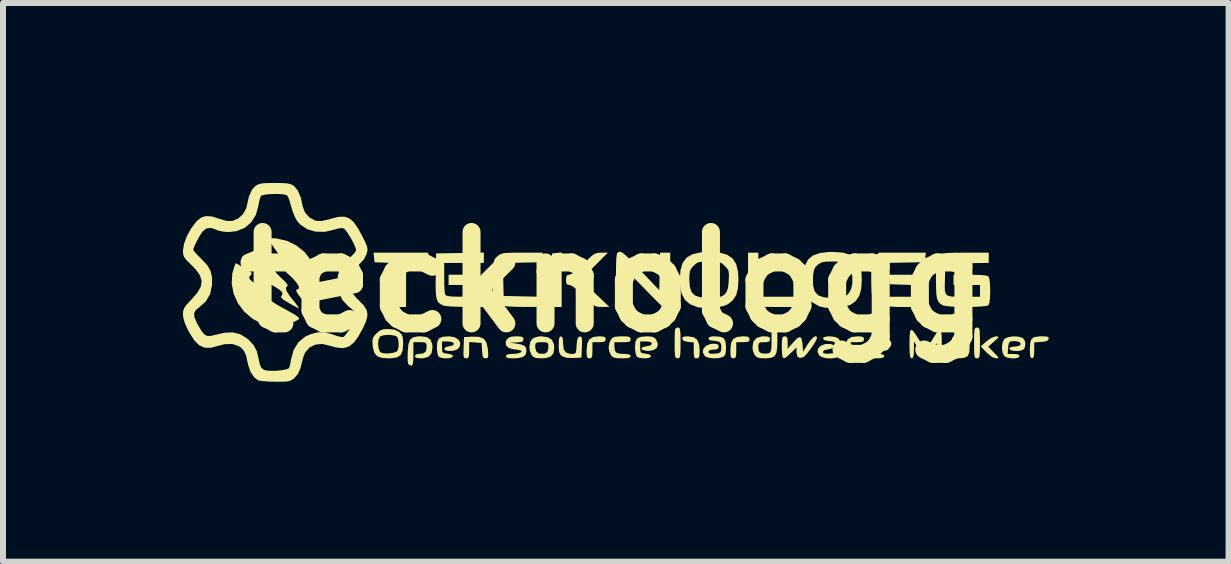
<source format=kicad_pcb>
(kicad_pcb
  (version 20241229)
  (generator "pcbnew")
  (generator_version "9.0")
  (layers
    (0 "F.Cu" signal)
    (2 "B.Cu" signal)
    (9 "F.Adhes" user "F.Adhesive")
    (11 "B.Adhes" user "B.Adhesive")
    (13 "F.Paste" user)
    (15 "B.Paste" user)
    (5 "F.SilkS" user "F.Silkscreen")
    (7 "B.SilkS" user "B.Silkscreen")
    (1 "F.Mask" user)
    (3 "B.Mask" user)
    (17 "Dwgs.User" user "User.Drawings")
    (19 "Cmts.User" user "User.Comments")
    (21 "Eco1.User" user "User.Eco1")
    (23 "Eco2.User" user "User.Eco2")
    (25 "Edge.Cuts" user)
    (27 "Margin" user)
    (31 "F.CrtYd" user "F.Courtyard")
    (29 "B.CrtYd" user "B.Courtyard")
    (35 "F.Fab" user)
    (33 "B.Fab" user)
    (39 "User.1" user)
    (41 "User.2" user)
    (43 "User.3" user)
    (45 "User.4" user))
  (footprint "tecknologg"
    (layer "F.Cu")
    (at 7.17 1.652)
    (property "Reference" "tecknologg" (at 0 0 0) (layer "F.SilkS") (effects (font (size 1.524 1.524) (thickness 0.3))))
    (attr through_hole)
    (fp_poly (pts (xy -2.227 0.049) (xy -2.741 0.049) (xy -2.741 -0.122) (xy -2.227 -0.122)) (stroke (width 0) (type solid)) (fill yes) (layer "F.SilkS"))
    (fp_poly (pts (xy -0.856 0.416) (xy -1.029 0.416) (xy -1.022 -0.031) (xy -1.016 -0.477) (xy -0.856 -0.493)) (stroke (width 0) (type solid)) (fill yes) (layer "F.SilkS"))
    (fp_poly (pts (xy -3.095 -0.33) (xy -3.273 -0.323) (xy -3.45 -0.316) (xy -3.45 0.416) (xy -3.622 0.416) (xy -3.622 -0.316) (xy -3.799 -0.323) (xy -3.976 -0.33) (xy -3.992 -0.489) (xy -3.08 -0.489)) (stroke (width 0) (type solid)) (fill yes) (layer "F.SilkS"))
    (fp_poly (pts (xy 2.423 0.245) (xy 3.083 0.245) (xy 3.083 0.416) (xy 2.697 0.416) (xy 2.527 0.414) (xy 2.403 0.409) (xy 2.323 0.401) (xy 2.283 0.389) (xy 2.281 0.387) (xy 2.268 0.355) (xy 2.26 0.285) (xy 2.254 0.174) (xy 2.252 0.019) (xy 2.251 -0.066) (xy 2.251 -0.489) (xy 2.423 -0.489)) (stroke (width 0) (type solid)) (fill yes) (layer "F.SilkS"))
    (fp_poly (pts (xy 6.419 0.909) (xy 6.426 0.92) (xy 6.402 0.947) (xy 6.352 0.992) (xy 6.255 1.078) (xy 6.35 1.175) (xy 6.403 1.23) (xy 6.425 1.259) (xy 6.417 1.271) (xy 6.384 1.272) (xy 6.321 1.251) (xy 6.243 1.189) (xy 6.226 1.173) (xy 6.13 1.073) (xy 6.226 0.989) (xy 6.302 0.934) (xy 6.37 0.908) (xy 6.385 0.906)) (stroke (width 0) (type solid)) (fill yes) (layer "F.SilkS"))
    (fp_poly (pts (xy 1.341 0.919) (xy 1.403 0.962) (xy 1.436 1.041) (xy 1.444 1.138) (xy 1.442 1.216) (xy 1.432 1.256) (xy 1.412 1.271) (xy 1.395 1.272) (xy 1.366 1.267) (xy 1.352 1.241) (xy 1.346 1.184) (xy 1.346 1.139) (xy 1.346 1.006) (xy 1.254 0.999) (xy 1.185 0.984) (xy 1.155 0.952) (xy 1.155 0.948) (xy 1.158 0.92) (xy 1.19 0.908) (xy 1.246 0.905)) (stroke (width 0) (type solid)) (fill yes) (layer "F.SilkS"))
    (fp_poly (pts (xy 7.227 0.908) (xy 7.259 0.92) (xy 7.264 0.945) (xy 7.263 0.948) (xy 7.244 0.977) (xy 7.193 0.993) (xy 7.139 0.998) (xy 7.023 1.006) (xy 7.023 1.139) (xy 7.02 1.22) (xy 7.008 1.261) (xy 6.986 1.272) (xy 6.966 1.262) (xy 6.954 1.224) (xy 6.95 1.149) (xy 6.95 1.114) (xy 6.955 1.013) (xy 6.977 0.95) (xy 7.024 0.918) (xy 7.107 0.906) (xy 7.158 0.905)) (stroke (width 0) (type solid)) (fill yes) (layer "F.SilkS"))
    (fp_poly (pts (xy -0.164 0.909) (xy -0.131 0.922) (xy -0.122 0.951) (xy -0.122 0.954) (xy -0.13 0.985) (xy -0.159 0.999) (xy -0.225 1.003) (xy -0.232 1.003) (xy -0.343 1.003) (xy -0.343 1.138) (xy -0.345 1.216) (xy -0.354 1.256) (xy -0.374 1.271) (xy -0.392 1.272) (xy -0.42 1.267) (xy -0.435 1.241) (xy -0.44 1.185) (xy -0.44 1.138) (xy -0.43 1.027) (xy -0.394 0.955) (xy -0.328 0.916) (xy -0.232 0.905)) (stroke (width 0) (type solid)) (fill yes) (layer "F.SilkS"))
    (fp_poly (pts (xy 2.238 0.909) (xy 2.268 0.924) (xy 2.276 0.954) (xy 2.269 0.985) (xy 2.239 0.999) (xy 2.174 1.003) (xy 2.166 1.003) (xy 2.055 1.003) (xy 2.055 1.138) (xy 2.053 1.216) (xy 2.044 1.256) (xy 2.024 1.271) (xy 2.007 1.272) (xy 1.979 1.267) (xy 1.964 1.243) (xy 1.958 1.19) (xy 1.958 1.127) (xy 1.967 1.02) (xy 2.001 0.952) (xy 2.065 0.916) (xy 2.166 0.905) (xy 2.171 0.905)) (stroke (width 0) (type solid)) (fill yes) (layer "F.SilkS"))
    (fp_poly (pts (xy 4.143 0.909) (xy 4.176 0.922) (xy 4.184 0.951) (xy 4.184 0.954) (xy 4.177 0.985) (xy 4.147 0.999) (xy 4.082 1.003) (xy 4.074 1.003) (xy 3.964 1.003) (xy 3.964 1.138) (xy 3.962 1.216) (xy 3.953 1.256) (xy 3.932 1.271) (xy 3.915 1.272) (xy 3.887 1.267) (xy 3.872 1.241) (xy 3.867 1.185) (xy 3.866 1.138) (xy 3.877 1.027) (xy 3.913 0.955) (xy 3.978 0.916) (xy 4.074 0.905)) (stroke (width 0) (type solid)) (fill yes) (layer "F.SilkS"))
    (fp_poly (pts (xy 1.099 0.762) (xy 1.113 0.777) (xy 1.121 0.814) (xy 1.125 0.879) (xy 1.126 0.983) (xy 1.126 1.016) (xy 1.125 1.13) (xy 1.122 1.204) (xy 1.115 1.247) (xy 1.103 1.267) (xy 1.083 1.272) (xy 1.077 1.272) (xy 1.055 1.269) (xy 1.041 1.254) (xy 1.033 1.217) (xy 1.029 1.152) (xy 1.028 1.048) (xy 1.028 1.016) (xy 1.028 0.901) (xy 1.031 0.827) (xy 1.038 0.784) (xy 1.051 0.764) (xy 1.071 0.759) (xy 1.077 0.759)) (stroke (width 0) (type solid)) (fill yes) (layer "F.SilkS"))
    (fp_poly (pts (xy 6.09 0.762) (xy 6.105 0.777) (xy 6.113 0.814) (xy 6.116 0.879) (xy 6.118 0.983) (xy 6.118 1.016) (xy 6.117 1.13) (xy 6.114 1.204) (xy 6.107 1.247) (xy 6.095 1.267) (xy 6.075 1.272) (xy 6.069 1.272) (xy 6.047 1.269) (xy 6.033 1.254) (xy 6.024 1.217) (xy 6.021 1.152) (xy 6.02 1.048) (xy 6.02 1.016) (xy 6.02 0.901) (xy 6.023 0.827) (xy 6.03 0.784) (xy 6.043 0.764) (xy 6.062 0.759) (xy 6.069 0.759)) (stroke (width 0) (type solid)) (fill yes) (layer "F.SilkS"))
    (fp_poly (pts (xy -2.233 0.914) (xy -2.157 0.943) (xy -2.112 1.005) (xy -2.088 1.104) (xy -2.085 1.134) (xy -2.08 1.212) (xy -2.084 1.254) (xy -2.101 1.27) (xy -2.125 1.272) (xy -2.155 1.266) (xy -2.172 1.239) (xy -2.18 1.179) (xy -2.183 1.144) (xy -2.19 1.016) (xy -2.294 1.008) (xy -2.398 1) (xy -2.398 1.136) (xy -2.4 1.215) (xy -2.409 1.256) (xy -2.429 1.271) (xy -2.448 1.272) (xy -2.474 1.269) (xy -2.488 1.25) (xy -2.493 1.207) (xy -2.492 1.129) (xy -2.491 1.095) (xy -2.484 0.918) (xy -2.347 0.91)) (stroke (width 0) (type solid)) (fill yes) (layer "F.SilkS"))
    (fp_poly (pts (xy -2.153 -0.318) (xy -2.814 -0.318) (xy -2.814 -0.075) (xy -2.813 0.032) (xy -2.809 0.124) (xy -2.803 0.187) (xy -2.799 0.206) (xy -2.786 0.222) (xy -2.756 0.233) (xy -2.701 0.24) (xy -2.613 0.244) (xy -2.485 0.245) (xy -2.469 0.245) (xy -2.153 0.245) (xy -2.153 0.416) (xy -2.465 0.414) (xy -2.588 0.412) (xy -2.696 0.408) (xy -2.779 0.401) (xy -2.825 0.393) (xy -2.826 0.393) (xy -2.875 0.369) (xy -2.911 0.34) (xy -2.935 0.297) (xy -2.949 0.234) (xy -2.956 0.142) (xy -2.957 0.014) (xy -2.955 -0.101) (xy -2.949 -0.477) (xy -2.551 -0.484) (xy -2.153 -0.491)) (stroke (width 0) (type solid)) (fill yes) (layer "F.SilkS"))
    (fp_poly (pts (xy -1.187 -0.33) (xy -1.837 -0.317) (xy -1.83 -0.042) (xy -1.823 0.232) (xy -1.499 0.239) (xy -1.175 0.246) (xy -1.175 0.416) (xy -1.499 0.415) (xy -1.655 0.412) (xy -1.769 0.406) (xy -1.846 0.394) (xy -1.887 0.379) (xy -1.937 0.343) (xy -1.971 0.291) (xy -1.993 0.215) (xy -2.003 0.109) (xy -2.004 -0.035) (xy -2.003 -0.086) (xy -1.999 -0.208) (xy -1.993 -0.292) (xy -1.985 -0.347) (xy -1.971 -0.383) (xy -1.949 -0.41) (xy -1.926 -0.43) (xy -1.896 -0.454) (xy -1.864 -0.47) (xy -1.822 -0.48) (xy -1.759 -0.486) (xy -1.667 -0.489) (xy -1.537 -0.489) (xy -1.514 -0.489) (xy -1.171 -0.489)) (stroke (width 0) (type solid)) (fill yes) (layer "F.SilkS"))
    (fp_poly (pts (xy -0.312 -0.263) (xy -0.539 -0.037) (xy -0.3 0.188) (xy -0.061 0.414) (xy -0.184 0.415) (xy -0.24 0.414) (xy -0.284 0.406) (xy -0.325 0.385) (xy -0.375 0.345) (xy -0.443 0.279) (xy -0.489 0.232) (xy -0.595 0.133) (xy -0.674 0.071) (xy -0.725 0.049) (xy -0.727 0.049) (xy -0.765 0.041) (xy -0.781 0.009) (xy -0.783 -0.037) (xy -0.778 -0.095) (xy -0.757 -0.119) (xy -0.727 -0.122) (xy -0.677 -0.142) (xy -0.6 -0.201) (xy -0.496 -0.299) (xy -0.489 -0.306) (xy -0.407 -0.388) (xy -0.348 -0.441) (xy -0.303 -0.471) (xy -0.261 -0.485) (xy -0.214 -0.489) (xy -0.197 -0.489) (xy -0.086 -0.489)) (stroke (width 0) (type solid)) (fill yes) (layer "F.SilkS"))
    (fp_poly (pts (xy -0.846 0.919) (xy -0.834 0.964) (xy -0.832 1.027) (xy -0.822 1.119) (xy -0.787 1.173) (xy -0.721 1.197) (xy -0.676 1.199) (xy -0.641 1.195) (xy -0.621 1.177) (xy -0.612 1.131) (xy -0.607 1.059) (xy -0.599 0.975) (xy -0.585 0.93) (xy -0.561 0.911) (xy -0.556 0.91) (xy -0.533 0.91) (xy -0.521 0.928) (xy -0.516 0.974) (xy -0.518 1.057) (xy -0.519 1.081) (xy -0.526 1.26) (xy -0.661 1.267) (xy -0.77 1.264) (xy -0.843 1.24) (xy -0.85 1.235) (xy -0.882 1.205) (xy -0.899 1.162) (xy -0.905 1.091) (xy -0.905 1.051) (xy -0.903 0.966) (xy -0.892 0.921) (xy -0.873 0.906) (xy -0.869 0.905)) (stroke (width 0) (type solid)) (fill yes) (layer "F.SilkS"))
    (fp_poly (pts (xy 0.23 0.907) (xy 0.274 0.915) (xy 0.291 0.933) (xy 0.294 0.954) (xy 0.288 0.983) (xy 0.263 0.997) (xy 0.206 1.003) (xy 0.159 1.003) (xy 0.024 1.003) (xy 0.024 1.086) (xy 0.032 1.146) (xy 0.061 1.181) (xy 0.121 1.196) (xy 0.198 1.199) (xy 0.265 1.205) (xy 0.292 1.226) (xy 0.294 1.236) (xy 0.282 1.257) (xy 0.242 1.269) (xy 0.164 1.272) (xy 0.148 1.272) (xy 0.062 1.269) (xy 0.009 1.258) (xy -0.024 1.233) (xy -0.035 1.218) (xy -0.064 1.153) (xy -0.073 1.089) (xy -0.061 1.015) (xy -0.035 0.96) (xy -0.005 0.928) (xy 0.038 0.912) (xy 0.109 0.906) (xy 0.148 0.905)) (stroke (width 0) (type solid)) (fill yes) (layer "F.SilkS"))
    (fp_poly (pts (xy -1.089 0.919) (xy -1.019 0.962) (xy -0.984 1.037) (xy -0.979 1.097) (xy -0.992 1.185) (xy -1.036 1.24) (xy -1.114 1.267) (xy -1.193 1.272) (xy -1.275 1.268) (xy -1.324 1.251) (xy -1.357 1.218) (xy -1.385 1.153) (xy -1.395 1.089) (xy -1.394 1.087) (xy -1.297 1.087) (xy -1.279 1.159) (xy -1.23 1.196) (xy -1.153 1.196) (xy -1.115 1.184) (xy -1.085 1.147) (xy -1.077 1.086) (xy -1.079 1.035) (xy -1.096 1.011) (xy -1.139 1.004) (xy -1.187 1.003) (xy -1.254 1.005) (xy -1.287 1.018) (xy -1.296 1.05) (xy -1.297 1.087) (xy -1.394 1.087) (xy -1.379 0.995) (xy -1.331 0.936) (xy -1.247 0.908) (xy -1.198 0.905)) (stroke (width 0) (type solid)) (fill yes) (layer "F.SilkS"))
    (fp_poly (pts (xy -3.105 0.918) (xy -3.043 0.96) (xy -3.014 1.036) (xy -3.01 1.093) (xy -3.025 1.186) (xy -3.073 1.244) (xy -3.156 1.27) (xy -3.201 1.272) (xy -3.271 1.267) (xy -3.301 1.248) (xy -3.303 1.236) (xy -3.282 1.206) (xy -3.244 1.199) (xy -3.164 1.19) (xy -3.122 1.159) (xy -3.108 1.097) (xy -3.108 1.086) (xy -3.11 1.035) (xy -3.127 1.011) (xy -3.17 1.004) (xy -3.218 1.003) (xy -3.328 1.003) (xy -3.328 1.199) (xy -3.33 1.299) (xy -3.336 1.359) (xy -3.348 1.388) (xy -3.365 1.395) (xy -3.406 1.375) (xy -3.417 1.358) (xy -3.423 1.316) (xy -3.424 1.241) (xy -3.422 1.15) (xy -3.421 1.147) (xy -3.41 1.035) (xy -3.384 0.963) (xy -3.338 0.924) (xy -3.263 0.907) (xy -3.205 0.905)) (stroke (width 0) (type solid)) (fill yes) (layer "F.SilkS"))
    (fp_poly (pts (xy -2.642 0.92) (xy -2.578 0.958) (xy -2.546 1.011) (xy -2.554 1.072) (xy -2.583 1.112) (xy -2.629 1.137) (xy -2.691 1.149) (xy -2.754 1.149) (xy -2.8 1.135) (xy -2.814 1.115) (xy -2.792 1.086) (xy -2.735 1.072) (xy -2.671 1.056) (xy -2.651 1.031) (xy -2.671 1.006) (xy -2.73 0.992) (xy -2.753 0.991) (xy -2.851 0.991) (xy -2.851 1.089) (xy -2.848 1.152) (xy -2.831 1.181) (xy -2.786 1.192) (xy -2.759 1.194) (xy -2.691 1.209) (xy -2.667 1.237) (xy -2.667 1.237) (xy -2.688 1.259) (xy -2.74 1.271) (xy -2.806 1.272) (xy -2.867 1.263) (xy -2.907 1.243) (xy -2.924 1.203) (xy -2.934 1.133) (xy -2.936 1.085) (xy -2.929 0.996) (xy -2.902 0.942) (xy -2.846 0.914) (xy -2.752 0.906) (xy -2.734 0.905)) (stroke (width 0) (type solid)) (fill yes) (layer "F.SilkS"))
    (fp_poly (pts (xy -1.541 0.908) (xy -1.505 0.919) (xy -1.493 0.944) (xy -1.493 0.954) (xy -1.5 0.985) (xy -1.53 1) (xy -1.594 1.006) (xy -1.609 1.007) (xy -1.725 1.01) (xy -1.615 1.026) (xy -1.524 1.043) (xy -1.471 1.067) (xy -1.448 1.105) (xy -1.444 1.151) (xy -1.457 1.212) (xy -1.502 1.25) (xy -1.584 1.269) (xy -1.662 1.272) (xy -1.74 1.269) (xy -1.778 1.255) (xy -1.786 1.236) (xy -1.771 1.211) (xy -1.719 1.2) (xy -1.682 1.199) (xy -1.607 1.193) (xy -1.551 1.18) (xy -1.523 1.162) (xy -1.532 1.145) (xy -1.542 1.14) (xy -1.591 1.129) (xy -1.659 1.121) (xy -1.661 1.12) (xy -1.74 1.099) (xy -1.785 1.054) (xy -1.79 0.997) (xy -1.772 0.959) (xy -1.737 0.925) (xy -1.685 0.909) (xy -1.614 0.905)) (stroke (width 0) (type solid)) (fill yes) (layer "F.SilkS"))
    (fp_poly (pts (xy 0.65 0.911) (xy 0.697 0.933) (xy 0.72 0.961) (xy 0.748 1.034) (xy 0.733 1.093) (xy 0.68 1.133) (xy 0.594 1.149) (xy 0.549 1.146) (xy 0.488 1.129) (xy 0.472 1.105) (xy 0.501 1.083) (xy 0.555 1.072) (xy 0.624 1.058) (xy 0.648 1.03) (xy 0.648 1.028) (xy 0.632 1.002) (xy 0.579 0.992) (xy 0.551 0.991) (xy 0.453 0.991) (xy 0.453 1.089) (xy 0.456 1.152) (xy 0.473 1.181) (xy 0.518 1.192) (xy 0.544 1.194) (xy 0.613 1.209) (xy 0.636 1.237) (xy 0.636 1.237) (xy 0.615 1.259) (xy 0.563 1.271) (xy 0.498 1.272) (xy 0.436 1.263) (xy 0.396 1.243) (xy 0.38 1.203) (xy 0.369 1.133) (xy 0.367 1.085) (xy 0.374 0.996) (xy 0.401 0.942) (xy 0.456 0.915) (xy 0.549 0.906) (xy 0.573 0.905)) (stroke (width 0) (type solid)) (fill yes) (layer "F.SilkS"))
    (fp_poly (pts (xy -6.155 -0.241) (xy -6.072 -0.192) (xy -6.029 -0.156) (xy -6.024 -0.129) (xy -6.044 -0.11) (xy -6.068 -0.08) (xy -6.052 -0.041) (xy -5.994 0.009) (xy -5.892 0.073) (xy -5.886 0.076) (xy -5.795 0.13) (xy -5.743 0.168) (xy -5.724 0.195) (xy -5.729 0.212) (xy -5.746 0.243) (xy -5.739 0.274) (xy -5.703 0.311) (xy -5.633 0.359) (xy -5.524 0.422) (xy -5.515 0.426) (xy -5.392 0.495) (xy -5.306 0.544) (xy -5.255 0.578) (xy -5.234 0.601) (xy -5.238 0.62) (xy -5.264 0.637) (xy -5.307 0.659) (xy -5.31 0.661) (xy -5.408 0.696) (xy -5.529 0.718) (xy -5.655 0.727) (xy -5.77 0.72) (xy -5.839 0.703) (xy -6.007 0.614) (xy -6.147 0.495) (xy -6.254 0.353) (xy -6.325 0.195) (xy -6.357 0.027) (xy -6.347 -0.143) (xy -6.316 -0.249) (xy -6.291 -0.315)) (stroke (width 0) (type solid)) (fill yes) (layer "F.SilkS"))
    (fp_poly (pts (xy -5.613 -0.727) (xy -5.433 -0.686) (xy -5.273 -0.606) (xy -5.138 -0.495) (xy -5.032 -0.357) (xy -4.959 -0.201) (xy -4.925 -0.031) (xy -4.933 0.146) (xy -4.951 0.222) (xy -4.979 0.305) (xy -5.008 0.374) (xy -5.024 0.401) (xy -5.043 0.422) (xy -5.064 0.422) (xy -5.094 0.397) (xy -5.143 0.341) (xy -5.171 0.307) (xy -5.24 0.22) (xy -5.276 0.163) (xy -5.283 0.132) (xy -5.262 0.122) (xy -5.261 0.122) (xy -5.234 0.107) (xy -5.241 0.067) (xy -5.277 0.009) (xy -5.339 -0.061) (xy -5.375 -0.095) (xy -5.445 -0.16) (xy -5.483 -0.203) (xy -5.493 -0.232) (xy -5.482 -0.256) (xy -5.472 -0.279) (xy -5.478 -0.311) (xy -5.505 -0.362) (xy -5.556 -0.438) (xy -5.601 -0.5) (xy -5.663 -0.587) (xy -5.712 -0.659) (xy -5.743 -0.708) (xy -5.75 -0.723) (xy -5.728 -0.731) (xy -5.672 -0.731)) (stroke (width 0) (type solid)) (fill yes) (layer "F.SilkS"))
    (fp_poly (pts (xy 3.401 0.921) (xy 3.401 0.932) (xy 3.387 0.972) (xy 3.35 1.035) (xy 3.3 1.108) (xy 3.247 1.178) (xy 3.201 1.231) (xy 3.176 1.251) (xy 3.114 1.267) (xy 3.074 1.24) (xy 3.059 1.173) (xy 3.059 1.17) (xy 3.059 1.091) (xy 2.966 1.182) (xy 2.906 1.238) (xy 2.87 1.265) (xy 2.847 1.269) (xy 2.83 1.256) (xy 2.822 1.225) (xy 2.816 1.159) (xy 2.814 1.073) (xy 2.814 1.073) (xy 2.815 0.984) (xy 2.822 0.933) (xy 2.836 0.911) (xy 2.861 0.905) (xy 2.863 0.905) (xy 2.894 0.913) (xy 2.909 0.945) (xy 2.912 1.009) (xy 2.912 1.113) (xy 3.008 1.003) (xy 3.071 0.938) (xy 3.115 0.917) (xy 3.142 0.94) (xy 3.157 1.011) (xy 3.161 1.052) (xy 3.169 1.162) (xy 3.248 1.034) (xy 3.299 0.963) (xy 3.346 0.918) (xy 3.383 0.902)) (stroke (width 0) (type solid)) (fill yes) (layer "F.SilkS"))
    (fp_poly (pts (xy 3.641 0.906) (xy 3.709 0.918) (xy 3.758 0.94) (xy 3.789 0.989) (xy 3.805 1.065) (xy 3.803 1.147) (xy 3.782 1.216) (xy 3.772 1.232) (xy 3.72 1.262) (xy 3.641 1.274) (xy 3.554 1.27) (xy 3.478 1.25) (xy 3.438 1.223) (xy 3.409 1.164) (xy 3.42 1.108) (xy 3.466 1.062) (xy 3.537 1.034) (xy 3.625 1.032) (xy 3.675 1.05) (xy 3.683 1.078) (xy 3.655 1.105) (xy 3.594 1.121) (xy 3.591 1.121) (xy 3.522 1.136) (xy 3.499 1.165) (xy 3.499 1.165) (xy 3.512 1.188) (xy 3.555 1.196) (xy 3.603 1.194) (xy 3.668 1.187) (xy 3.698 1.17) (xy 3.707 1.129) (xy 3.707 1.089) (xy 3.705 1.027) (xy 3.689 0.998) (xy 3.645 0.987) (xy 3.603 0.984) (xy 3.529 0.971) (xy 3.5 0.946) (xy 3.499 0.941) (xy 3.52 0.918) (xy 3.573 0.906)) (stroke (width 0) (type solid)) (fill yes) (layer "F.SilkS"))
    (fp_poly (pts (xy 4.539 0.911) (xy 4.585 0.931) (xy 4.615 0.967) (xy 4.641 1.014) (xy 4.637 1.052) (xy 4.614 1.09) (xy 4.579 1.131) (xy 4.533 1.146) (xy 4.472 1.145) (xy 4.399 1.133) (xy 4.365 1.112) (xy 4.372 1.091) (xy 4.423 1.075) (xy 4.446 1.072) (xy 4.515 1.058) (xy 4.539 1.03) (xy 4.539 1.028) (xy 4.523 1.002) (xy 4.469 0.992) (xy 4.441 0.991) (xy 4.343 0.991) (xy 4.343 1.089) (xy 4.346 1.152) (xy 4.364 1.181) (xy 4.409 1.192) (xy 4.435 1.194) (xy 4.503 1.209) (xy 4.527 1.237) (xy 4.527 1.237) (xy 4.506 1.259) (xy 4.454 1.271) (xy 4.389 1.272) (xy 4.327 1.263) (xy 4.287 1.243) (xy 4.27 1.203) (xy 4.26 1.133) (xy 4.258 1.085) (xy 4.265 0.996) (xy 4.292 0.942) (xy 4.347 0.915) (xy 4.44 0.906) (xy 4.464 0.905)) (stroke (width 0) (type solid)) (fill yes) (layer "F.SilkS"))
    (fp_poly (pts (xy 5.85 0.912) (xy 5.909 0.938) (xy 5.938 0.993) (xy 5.946 1.083) (xy 5.946 1.089) (xy 5.939 1.18) (xy 5.913 1.235) (xy 5.858 1.263) (xy 5.766 1.272) (xy 5.744 1.272) (xy 5.654 1.262) (xy 5.596 1.228) (xy 5.591 1.223) (xy 5.562 1.164) (xy 5.574 1.108) (xy 5.619 1.062) (xy 5.69 1.034) (xy 5.779 1.032) (xy 5.828 1.05) (xy 5.837 1.078) (xy 5.808 1.105) (xy 5.747 1.121) (xy 5.744 1.121) (xy 5.676 1.136) (xy 5.653 1.165) (xy 5.653 1.165) (xy 5.665 1.188) (xy 5.709 1.196) (xy 5.757 1.194) (xy 5.822 1.187) (xy 5.854 1.168) (xy 5.866 1.127) (xy 5.869 1.104) (xy 5.865 1.034) (xy 5.831 0.995) (xy 5.761 0.98) (xy 5.732 0.979) (xy 5.671 0.969) (xy 5.653 0.942) (xy 5.669 0.917) (xy 5.721 0.906) (xy 5.752 0.905)) (stroke (width 0) (type solid)) (fill yes) (layer "F.SilkS"))
    (fp_poly (pts (xy 6.759 0.91) (xy 6.829 0.931) (xy 6.864 0.974) (xy 6.876 1.038) (xy 6.862 1.1) (xy 6.847 1.121) (xy 6.804 1.142) (xy 6.742 1.151) (xy 6.677 1.148) (xy 6.626 1.135) (xy 6.607 1.113) (xy 6.626 1.086) (xy 6.686 1.077) (xy 6.691 1.077) (xy 6.758 1.068) (xy 6.794 1.045) (xy 6.792 1.015) (xy 6.775 1) (xy 6.727 0.986) (xy 6.668 0.985) (xy 6.621 0.993) (xy 6.599 1.018) (xy 6.589 1.073) (xy 6.587 1.095) (xy 6.58 1.199) (xy 6.679 1.199) (xy 6.748 1.205) (xy 6.776 1.225) (xy 6.778 1.236) (xy 6.757 1.26) (xy 6.705 1.272) (xy 6.638 1.272) (xy 6.573 1.26) (xy 6.525 1.236) (xy 6.523 1.234) (xy 6.494 1.176) (xy 6.484 1.095) (xy 6.494 1.013) (xy 6.523 0.952) (xy 6.529 0.946) (xy 6.587 0.919) (xy 6.671 0.906)) (stroke (width 0) (type solid)) (fill yes) (layer "F.SilkS"))
    (fp_poly (pts (xy 1.788 0.912) (xy 1.847 0.938) (xy 1.876 0.993) (xy 1.884 1.083) (xy 1.884 1.089) (xy 1.88 1.172) (xy 1.866 1.22) (xy 1.838 1.246) (xy 1.837 1.247) (xy 1.77 1.267) (xy 1.685 1.272) (xy 1.602 1.264) (xy 1.541 1.242) (xy 1.531 1.234) (xy 1.497 1.174) (xy 1.505 1.115) (xy 1.548 1.066) (xy 1.621 1.034) (xy 1.682 1.028) (xy 1.738 1.034) (xy 1.76 1.058) (xy 1.762 1.077) (xy 1.752 1.11) (xy 1.715 1.124) (xy 1.676 1.126) (xy 1.614 1.133) (xy 1.591 1.158) (xy 1.591 1.164) (xy 1.602 1.188) (xy 1.643 1.196) (xy 1.695 1.194) (xy 1.76 1.187) (xy 1.792 1.168) (xy 1.804 1.127) (xy 1.806 1.104) (xy 1.803 1.034) (xy 1.769 0.995) (xy 1.699 0.98) (xy 1.67 0.979) (xy 1.609 0.969) (xy 1.591 0.942) (xy 1.606 0.917) (xy 1.659 0.906) (xy 1.69 0.905)) (stroke (width 0) (type solid)) (fill yes) (layer "F.SilkS"))
    (fp_poly (pts (xy 0.132 -0.502) (xy 0.162 -0.485) (xy 0.204 -0.452) (xy 0.262 -0.396) (xy 0.343 -0.314) (xy 0.45 -0.202) (xy 0.477 -0.174) (xy 0.771 0.135) (xy 0.784 -0.489) (xy 0.954 -0.489) (xy 0.954 -0.063) (xy 0.954 0.096) (xy 0.951 0.214) (xy 0.947 0.296) (xy 0.939 0.351) (xy 0.928 0.385) (xy 0.916 0.402) (xy 0.879 0.433) (xy 0.861 0.441) (xy 0.839 0.424) (xy 0.79 0.378) (xy 0.718 0.307) (xy 0.629 0.218) (xy 0.537 0.123) (xy 0.438 0.021) (xy 0.35 -0.067) (xy 0.28 -0.137) (xy 0.232 -0.181) (xy 0.213 -0.196) (xy 0.206 -0.173) (xy 0.201 -0.11) (xy 0.197 -0.017) (xy 0.196 0.097) (xy 0.196 0.11) (xy 0.196 0.416) (xy 0.049 0.416) (xy 0.049 -0.034) (xy 0.05 -0.197) (xy 0.052 -0.317) (xy 0.056 -0.4) (xy 0.062 -0.454) (xy 0.071 -0.484) (xy 0.084 -0.498) (xy 0.086 -0.498) (xy 0.108 -0.504)) (stroke (width 0) (type solid)) (fill yes) (layer "F.SilkS"))
    (fp_poly (pts (xy 5.2 -0.33) (xy 4.839 -0.324) (xy 4.478 -0.317) (xy 4.478 0.245) (xy 5.041 0.245) (xy 5.041 0.051) (xy 4.613 0.037) (xy 4.597 -0.122) (xy 4.866 -0.122) (xy 4.979 -0.121) (xy 5.076 -0.118) (xy 5.146 -0.112) (xy 5.173 -0.107) (xy 5.192 -0.091) (xy 5.204 -0.054) (xy 5.21 0.013) (xy 5.212 0.118) (xy 5.212 0.132) (xy 5.209 0.256) (xy 5.199 0.342) (xy 5.183 0.386) (xy 5.183 0.387) (xy 5.144 0.401) (xy 5.068 0.41) (xy 4.965 0.416) (xy 4.847 0.417) (xy 4.725 0.415) (xy 4.609 0.408) (xy 4.511 0.399) (xy 4.443 0.385) (xy 4.424 0.378) (xy 4.377 0.347) (xy 4.345 0.309) (xy 4.324 0.254) (xy 4.313 0.174) (xy 4.308 0.059) (xy 4.307 -0.045) (xy 4.307 -0.171) (xy 4.31 -0.257) (xy 4.317 -0.316) (xy 4.33 -0.357) (xy 4.351 -0.39) (xy 4.37 -0.414) (xy 4.433 -0.489) (xy 5.215 -0.489)) (stroke (width 0) (type solid)) (fill yes) (layer "F.SilkS"))
    (fp_poly (pts (xy 2.715 0.762) (xy 2.73 0.78) (xy 2.737 0.82) (xy 2.74 0.893) (xy 2.741 0.975) (xy 2.737 1.101) (xy 2.723 1.185) (xy 2.692 1.237) (xy 2.639 1.263) (xy 2.558 1.272) (xy 2.526 1.272) (xy 2.445 1.268) (xy 2.395 1.251) (xy 2.363 1.218) (xy 2.334 1.153) (xy 2.325 1.089) (xy 2.341 0.993) (xy 2.392 0.933) (xy 2.477 0.907) (xy 2.51 0.905) (xy 2.578 0.909) (xy 2.61 0.922) (xy 2.618 0.952) (xy 2.618 0.954) (xy 2.61 0.986) (xy 2.577 1.001) (xy 2.52 1.003) (xy 2.458 1.006) (xy 2.43 1.022) (xy 2.423 1.064) (xy 2.423 1.088) (xy 2.429 1.15) (xy 2.456 1.179) (xy 2.482 1.189) (xy 2.55 1.194) (xy 2.592 1.187) (xy 2.617 1.175) (xy 2.632 1.151) (xy 2.64 1.103) (xy 2.643 1.023) (xy 2.643 0.965) (xy 2.644 0.864) (xy 2.648 0.803) (xy 2.658 0.771) (xy 2.676 0.76) (xy 2.692 0.759)) (stroke (width 0) (type solid)) (fill yes) (layer "F.SilkS"))
    (fp_poly (pts (xy -3.643 0.794) (xy -3.567 0.831) (xy -3.564 0.834) (xy -3.527 0.869) (xy -3.507 0.911) (xy -3.5 0.976) (xy -3.499 1.03) (xy -3.507 1.142) (xy -3.537 1.214) (xy -3.596 1.255) (xy -3.691 1.271) (xy -3.741 1.272) (xy -3.848 1.265) (xy -3.919 1.243) (xy -3.94 1.228) (xy -3.98 1.177) (xy -4.002 1.097) (xy -4.007 1.058) (xy -4.009 1.031) (xy -3.916 1.031) (xy -3.908 1.105) (xy -3.886 1.161) (xy -3.872 1.174) (xy -3.819 1.189) (xy -3.744 1.191) (xy -3.669 1.181) (xy -3.611 1.161) (xy -3.594 1.147) (xy -3.577 1.092) (xy -3.574 1.018) (xy -3.584 0.949) (xy -3.602 0.91) (xy -3.643 0.893) (xy -3.712 0.882) (xy -3.744 0.881) (xy -3.818 0.887) (xy -3.873 0.902) (xy -3.886 0.91) (xy -3.909 0.96) (xy -3.916 1.031) (xy -4.009 1.031) (xy -4.011 0.98) (xy -4.001 0.929) (xy -3.97 0.884) (xy -3.945 0.858) (xy -3.888 0.81) (xy -3.831 0.788) (xy -3.749 0.783)) (stroke (width 0) (type solid)) (fill yes) (layer "F.SilkS"))
    (fp_poly (pts (xy 4.999 0.81) (xy 5.043 0.869) (xy 5.102 0.962) (xy 5.149 1.039) (xy 5.188 1.097) (xy 5.21 1.125) (xy 5.212 1.126) (xy 5.23 1.106) (xy 5.265 1.055) (xy 5.311 0.981) (xy 5.323 0.962) (xy 5.384 0.864) (xy 5.428 0.808) (xy 5.456 0.796) (xy 5.472 0.829) (xy 5.48 0.908) (xy 5.481 1.026) (xy 5.48 1.141) (xy 5.475 1.215) (xy 5.466 1.256) (xy 5.452 1.272) (xy 5.446 1.272) (xy 5.422 1.256) (xy 5.408 1.201) (xy 5.403 1.144) (xy 5.396 1.016) (xy 5.347 1.098) (xy 5.302 1.167) (xy 5.258 1.227) (xy 5.255 1.232) (xy 5.222 1.268) (xy 5.2 1.267) (xy 5.173 1.236) (xy 5.137 1.184) (xy 5.091 1.114) (xy 5.076 1.089) (xy 5.018 0.991) (xy 5.017 1.132) (xy 5.014 1.215) (xy 5.002 1.259) (xy 4.981 1.272) (xy 4.98 1.272) (xy 4.963 1.264) (xy 4.952 1.235) (xy 4.946 1.176) (xy 4.943 1.079) (xy 4.943 1.026) (xy 4.945 0.902) (xy 4.953 0.825) (xy 4.97 0.795)) (stroke (width 0) (type solid)) (fill yes) (layer "F.SilkS"))
    (fp_poly (pts (xy -5.804 -0.572) (xy -5.781 -0.54) (xy -5.741 -0.482) (xy -5.703 -0.429) (xy -5.658 -0.356) (xy -5.642 -0.311) (xy -5.648 -0.299) (xy -5.677 -0.271) (xy -5.664 -0.22) (xy -5.613 -0.149) (xy -5.536 -0.073) (xy -5.467 -0.007) (xy -5.429 0.041) (xy -5.425 0.065) (xy -5.426 0.065) (xy -5.454 0.095) (xy -5.444 0.148) (xy -5.394 0.226) (xy -5.363 0.266) (xy -5.293 0.353) (xy -5.251 0.412) (xy -5.239 0.438) (xy -5.241 0.44) (xy -5.265 0.428) (xy -5.319 0.398) (xy -5.394 0.356) (xy -5.403 0.351) (xy -5.488 0.299) (xy -5.53 0.263) (xy -5.534 0.238) (xy -5.532 0.237) (xy -5.51 0.203) (xy -5.517 0.169) (xy -5.558 0.129) (xy -5.637 0.079) (xy -5.691 0.048) (xy -5.779 -0.002) (xy -5.831 -0.035) (xy -5.853 -0.059) (xy -5.851 -0.079) (xy -5.835 -0.099) (xy -5.81 -0.142) (xy -5.811 -0.17) (xy -5.839 -0.193) (xy -5.899 -0.232) (xy -5.979 -0.28) (xy -6.009 -0.296) (xy -6.092 -0.343) (xy -6.154 -0.382) (xy -6.187 -0.408) (xy -6.19 -0.412) (xy -6.169 -0.432) (xy -6.115 -0.463) (xy -6.041 -0.497) (xy -5.96 -0.531) (xy -5.885 -0.558) (xy -5.828 -0.573)) (stroke (width 0) (type solid)) (fill yes) (layer "F.SilkS"))
    (fp_poly (pts (xy 6.264 -0.319) (xy 5.903 -0.313) (xy 5.542 -0.306) (xy 5.535 -0.086) (xy 5.531 0.047) (xy 5.533 0.139) (xy 5.548 0.196) (xy 5.583 0.228) (xy 5.645 0.242) (xy 5.741 0.245) (xy 5.837 0.245) (xy 6.118 0.245) (xy 6.118 0.049) (xy 5.677 0.049) (xy 5.677 -0.122) (xy 5.954 -0.122) (xy 6.1 -0.119) (xy 6.201 -0.111) (xy 6.254 -0.097) (xy 6.259 -0.093) (xy 6.275 -0.051) (xy 6.285 0.032) (xy 6.289 0.147) (xy 6.285 0.264) (xy 6.275 0.346) (xy 6.259 0.387) (xy 6.223 0.399) (xy 6.149 0.407) (xy 6.048 0.413) (xy 5.931 0.416) (xy 5.809 0.415) (xy 5.693 0.412) (xy 5.593 0.405) (xy 5.522 0.395) (xy 5.494 0.386) (xy 5.451 0.358) (xy 5.422 0.325) (xy 5.402 0.277) (xy 5.391 0.206) (xy 5.386 0.104) (xy 5.384 -0.038) (xy 5.384 -0.044) (xy 5.384 -0.176) (xy 5.386 -0.268) (xy 5.391 -0.33) (xy 5.401 -0.37) (xy 5.417 -0.398) (xy 5.442 -0.423) (xy 5.448 -0.429) (xy 5.475 -0.452) (xy 5.503 -0.468) (xy 5.541 -0.479) (xy 5.598 -0.485) (xy 5.682 -0.488) (xy 5.801 -0.489) (xy 5.889 -0.489) (xy 6.264 -0.489)) (stroke (width 0) (type solid)) (fill yes) (layer "F.SilkS"))
    (fp_poly (pts (xy 3.828 -0.491) (xy 3.957 -0.456) (xy 4.049 -0.392) (xy 4.109 -0.298) (xy 4.141 -0.167) (xy 4.148 -0.037) (xy 4.138 0.115) (xy 4.106 0.229) (xy 4.048 0.315) (xy 3.97 0.374) (xy 3.885 0.406) (xy 3.77 0.426) (xy 3.644 0.433) (xy 3.526 0.426) (xy 3.441 0.406) (xy 3.317 0.336) (xy 3.229 0.234) (xy 3.178 0.102) (xy 3.164 -0.059) (xy 3.165 -0.071) (xy 3.334 -0.071) (xy 3.337 0.063) (xy 3.364 0.159) (xy 3.421 0.221) (xy 3.513 0.255) (xy 3.643 0.265) (xy 3.692 0.263) (xy 3.788 0.257) (xy 3.849 0.247) (xy 3.89 0.227) (xy 3.926 0.192) (xy 3.93 0.188) (xy 3.972 0.112) (xy 3.991 0.015) (xy 3.99 -0.089) (xy 3.97 -0.188) (xy 3.933 -0.269) (xy 3.88 -0.319) (xy 3.861 -0.327) (xy 3.808 -0.335) (xy 3.725 -0.34) (xy 3.641 -0.342) (xy 3.545 -0.339) (xy 3.482 -0.328) (xy 3.434 -0.303) (xy 3.41 -0.285) (xy 3.372 -0.245) (xy 3.35 -0.198) (xy 3.338 -0.129) (xy 3.334 -0.071) (xy 3.165 -0.071) (xy 3.17 -0.138) (xy 3.2 -0.274) (xy 3.252 -0.374) (xy 3.333 -0.442) (xy 3.448 -0.483) (xy 3.601 -0.501) (xy 3.658 -0.502)) (stroke (width 0) (type solid)) (fill yes) (layer "F.SilkS"))
    (fp_poly (pts (xy 1.772 -0.491) (xy 1.901 -0.456) (xy 1.994 -0.393) (xy 2.054 -0.298) (xy 2.085 -0.167) (xy 2.092 -0.037) (xy 2.082 0.11) (xy 2.053 0.22) (xy 1.998 0.304) (xy 1.915 0.371) (xy 1.841 0.4) (xy 1.736 0.421) (xy 1.618 0.432) (xy 1.503 0.432) (xy 1.409 0.42) (xy 1.407 0.419) (xy 1.285 0.371) (xy 1.198 0.296) (xy 1.143 0.19) (xy 1.117 0.048) (xy 1.113 -0.037) (xy 1.114 -0.044) (xy 1.272 -0.044) (xy 1.281 0.081) (xy 1.311 0.169) (xy 1.368 0.225) (xy 1.458 0.255) (xy 1.587 0.263) (xy 1.633 0.262) (xy 1.733 0.256) (xy 1.799 0.243) (xy 1.843 0.221) (xy 1.865 0.202) (xy 1.896 0.159) (xy 1.916 0.101) (xy 1.927 0.013) (xy 1.929 -0.024) (xy 1.933 -0.115) (xy 1.928 -0.173) (xy 1.912 -0.214) (xy 1.879 -0.253) (xy 1.864 -0.268) (xy 1.823 -0.306) (xy 1.783 -0.328) (xy 1.73 -0.339) (xy 1.65 -0.342) (xy 1.603 -0.343) (xy 1.505 -0.341) (xy 1.442 -0.334) (xy 1.399 -0.317) (xy 1.36 -0.287) (xy 1.344 -0.271) (xy 1.304 -0.226) (xy 1.282 -0.18) (xy 1.274 -0.116) (xy 1.272 -0.044) (xy 1.114 -0.044) (xy 1.125 -0.198) (xy 1.162 -0.32) (xy 1.228 -0.408) (xy 1.328 -0.465) (xy 1.466 -0.495) (xy 1.603 -0.502)) (stroke (width 0) (type solid)) (fill yes) (layer "F.SilkS"))
    (fp_poly (pts (xy -5.521 -1.65) (xy -5.439 -1.645) (xy -5.383 -1.635) (xy -5.342 -1.617) (xy -5.318 -1.601) (xy -5.253 -1.524) (xy -5.204 -1.403) (xy -5.174 -1.262) (xy -5.136 -1.161) (xy -5.062 -1.077) (xy -4.965 -1.025) (xy -4.94 -1.019) (xy -4.852 -1.019) (xy -4.73 -1.046) (xy -4.698 -1.056) (xy -4.577 -1.087) (xy -4.479 -1.09) (xy -4.397 -1.062) (xy -4.324 -0.999) (xy -4.251 -0.895) (xy -4.184 -0.773) (xy -4.135 -0.674) (xy -4.106 -0.607) (xy -4.094 -0.559) (xy -4.095 -0.517) (xy -4.107 -0.469) (xy -4.107 -0.468) (xy -4.155 -0.375) (xy -4.245 -0.28) (xy -4.257 -0.27) (xy -4.358 -0.167) (xy -4.411 -0.065) (xy -4.416 0.039) (xy -4.374 0.146) (xy -4.284 0.26) (xy -4.243 0.3) (xy -4.156 0.39) (xy -4.106 0.469) (xy -4.093 0.549) (xy -4.113 0.642) (xy -4.165 0.762) (xy -4.168 0.766) (xy -4.246 0.909) (xy -4.32 1.008) (xy -4.394 1.07) (xy -4.474 1.098) (xy -4.517 1.101) (xy -4.613 1.091) (xy -4.71 1.066) (xy -4.723 1.061) (xy -4.85 1.032) (xy -4.966 1.044) (xy -5.063 1.094) (xy -5.135 1.179) (xy -5.164 1.253) (xy -5.187 1.343) (xy -5.211 1.436) (xy -5.213 1.442) (xy -5.254 1.533) (xy -5.312 1.601) (xy -5.351 1.63) (xy -5.39 1.649) (xy -5.442 1.659) (xy -5.52 1.662) (xy -5.624 1.662) (xy -5.732 1.66) (xy -5.827 1.653) (xy -5.893 1.645) (xy -5.913 1.64) (xy -5.983 1.588) (xy -6.042 1.499) (xy -6.083 1.383) (xy -6.093 1.337) (xy -6.118 1.223) (xy -6.154 1.145) (xy -6.208 1.089) (xy -6.242 1.067) (xy -6.347 1.033) (xy -6.475 1.036) (xy -6.582 1.064) (xy -6.706 1.097) (xy -6.808 1.095) (xy -6.897 1.056) (xy -6.978 0.976) (xy -7.058 0.852) (xy -7.081 0.811) (xy -7.141 0.679) (xy -7.168 0.574) (xy -7.17 0.539) (xy -7.166 0.483) (xy -7.151 0.437) (xy -7.116 0.386) (xy -7.055 0.318) (xy -7.029 0.292) (xy -6.928 0.175) (xy -6.871 0.074) (xy -6.858 -0.021) (xy -6.888 -0.114) (xy -6.961 -0.214) (xy -7.025 -0.28) (xy -7.097 -0.35) (xy -7.141 -0.401) (xy -7.162 -0.445) (xy -7.169 -0.495) (xy -7.17 -0.527) (xy -7.168 -0.539) (xy -6.998 -0.539) (xy -6.982 -0.51) (xy -6.937 -0.46) (xy -6.875 -0.397) (xy -6.865 -0.388) (xy -6.768 -0.285) (xy -6.71 -0.187) (xy -6.685 -0.077) (xy -6.685 0.049) (xy -6.716 0.199) (xy -6.787 0.321) (xy -6.891 0.415) (xy -6.954 0.466) (xy -6.983 0.518) (xy -6.98 0.582) (xy -6.944 0.668) (xy -6.92 0.714) (xy -6.863 0.812) (xy -6.815 0.872) (xy -6.768 0.898) (xy -6.709 0.899) (xy -6.639 0.882) (xy -6.474 0.845) (xy -6.339 0.84) (xy -6.223 0.867) (xy -6.117 0.929) (xy -6.077 0.961) (xy -5.992 1.051) (xy -5.939 1.152) (xy -5.91 1.272) (xy -5.889 1.371) (xy -5.861 1.432) (xy -5.819 1.464) (xy -5.769 1.476) (xy -5.687 1.481) (xy -5.595 1.478) (xy -5.507 1.468) (xy -5.438 1.454) (xy -5.403 1.436) (xy -5.402 1.435) (xy -5.388 1.395) (xy -5.374 1.327) (xy -5.369 1.297) (xy -5.325 1.134) (xy -5.246 1.005) (xy -5.134 0.911) (xy -5.043 0.87) (xy -4.921 0.838) (xy -4.808 0.838) (xy -4.683 0.871) (xy -4.656 0.881) (xy -4.58 0.905) (xy -4.519 0.917) (xy -4.495 0.916) (xy -4.465 0.888) (xy -4.422 0.83) (xy -4.374 0.755) (xy -4.33 0.677) (xy -4.296 0.609) (xy -4.283 0.565) (xy -4.283 0.563) (xy -4.29 0.523) (xy -4.317 0.484) (xy -4.372 0.436) (xy -4.41 0.407) (xy -4.508 0.304) (xy -4.572 0.175) (xy -4.599 0.032) (xy -4.586 -0.114) (xy -4.555 -0.208) (xy -4.51 -0.279) (xy -4.443 -0.357) (xy -4.396 -0.399) (xy -4.335 -0.456) (xy -4.294 -0.506) (xy -4.283 -0.534) (xy -4.296 -0.581) (xy -4.329 -0.654) (xy -4.373 -0.736) (xy -4.421 -0.813) (xy -4.464 -0.871) (xy -4.484 -0.891) (xy -4.529 -0.901) (xy -4.599 -0.888) (xy -4.642 -0.874) (xy -4.802 -0.837) (xy -4.955 -0.839) (xy -5.094 -0.879) (xy -5.21 -0.954) (xy -5.27 -1.022) (xy -5.309 -1.097) (xy -5.347 -1.195) (xy -5.369 -1.27) (xy -5.392 -1.354) (xy -5.417 -1.418) (xy -5.437 -1.447) (xy -5.483 -1.46) (xy -5.558 -1.467) (xy -5.649 -1.468) (xy -5.74 -1.464) (xy -5.816 -1.455) (xy -5.863 -1.441) (xy -5.868 -1.437) (xy -5.886 -1.396) (xy -5.903 -1.325) (xy -5.911 -1.278) (xy -5.953 -1.121) (xy -6.032 -0.995) (xy -6.142 -0.902) (xy -6.281 -0.847) (xy -6.413 -0.833) (xy -6.501 -0.84) (xy -6.577 -0.857) (xy -6.607 -0.869) (xy -6.701 -0.903) (xy -6.783 -0.892) (xy -6.847 -0.838) (xy -6.89 -0.771) (xy -6.934 -0.692) (xy -6.971 -0.616) (xy -6.994 -0.558) (xy -6.998 -0.539) (xy -7.168 -0.539) (xy -7.152 -0.637) (xy -7.105 -0.763) (xy -7.036 -0.89) (xy -6.952 -1.001) (xy -6.942 -1.013) (xy -6.867 -1.074) (xy -6.785 -1.1) (xy -6.686 -1.093) (xy -6.56 -1.053) (xy -6.556 -1.052) (xy -6.439 -1.018) (xy -6.346 -1.018) (xy -6.249 -1.059) (xy -6.167 -1.134) (xy -6.115 -1.229) (xy -6.106 -1.267) (xy -6.07 -1.426) (xy -6.018 -1.541) (xy -5.963 -1.601) (xy -5.924 -1.624) (xy -5.879 -1.639) (xy -5.815 -1.648) (xy -5.72 -1.651) (xy -5.64 -1.652)) (stroke (width 0) (type solid)) (fill yes) (layer "F.SilkS")))
  (gr_rect
    (start -3 -3)
    (end 17.433 6.314)
    (stroke (width 0.1) (type default))
    (fill no)
    (layer "Edge.Cuts")))
</source>
